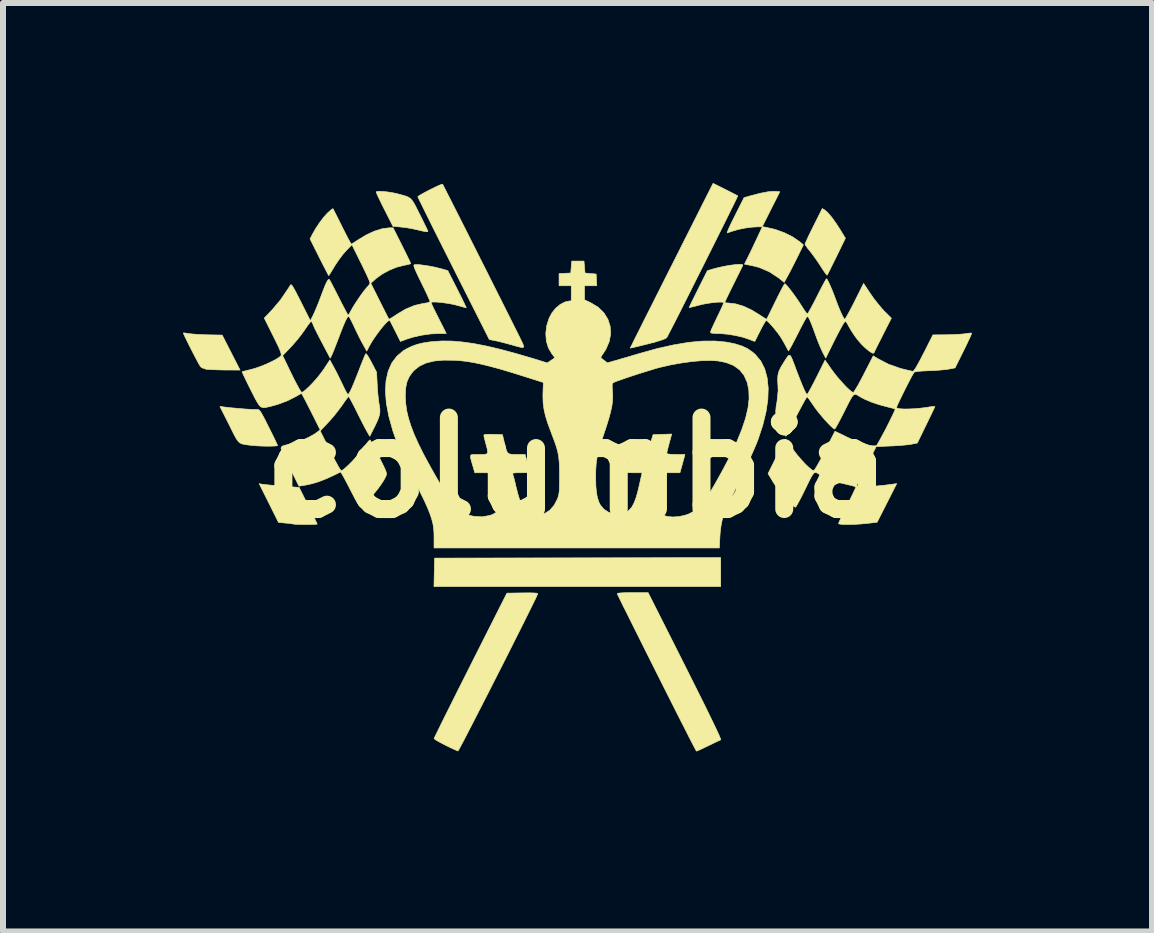
<source format=kicad_pcb>
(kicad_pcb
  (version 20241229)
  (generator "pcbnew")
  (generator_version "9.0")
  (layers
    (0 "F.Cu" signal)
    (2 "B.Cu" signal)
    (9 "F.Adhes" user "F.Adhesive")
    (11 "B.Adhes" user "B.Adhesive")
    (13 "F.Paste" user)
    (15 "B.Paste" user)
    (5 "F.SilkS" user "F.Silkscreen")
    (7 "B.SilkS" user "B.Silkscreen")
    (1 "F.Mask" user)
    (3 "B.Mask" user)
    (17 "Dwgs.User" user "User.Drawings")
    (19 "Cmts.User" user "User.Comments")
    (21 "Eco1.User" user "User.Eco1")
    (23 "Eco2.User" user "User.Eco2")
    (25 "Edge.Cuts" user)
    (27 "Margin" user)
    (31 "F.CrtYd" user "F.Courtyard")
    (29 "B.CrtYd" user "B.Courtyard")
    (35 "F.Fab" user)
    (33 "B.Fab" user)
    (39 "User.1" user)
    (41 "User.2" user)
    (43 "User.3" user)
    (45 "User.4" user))
  (footprint "columbia"
    (layer "F.Cu")
    (at 6.57 4.742)
    (property "Reference" "columbia" (at 0 0 0) (layer "F.SilkS") (effects (font (size 1.524 1.524) (thickness 0.3))))
    (attr through_hole)
    (fp_poly (pts (xy 2.388 1.981) (xy -2.389 1.981) (xy -2.384 1.744) (xy -2.379 1.507) (xy 0.004 1.503) (xy 2.388 1.499) (xy 2.388 1.981)) (stroke (width 0.01) (type solid)) (fill yes) (layer "F.SilkS"))
    (fp_poly (pts (xy 3.146 -4.004) (xy 3.3 -3.968) (xy 3.451 -3.913) (xy 3.589 -3.844) (xy 3.704 -3.764) (xy 3.708 -3.761) (xy 3.766 -3.712) (xy 3.672 -3.52) (xy 3.628 -3.432) (xy 3.582 -3.341) (xy 3.54 -3.26) (xy 3.512 -3.208) (xy 3.446 -3.088) (xy 3.353 -3.162) (xy 3.197 -3.264) (xy 3.029 -3.336) (xy 2.919 -3.364) (xy 2.784 -3.391) (xy 2.84 -3.503) (xy 2.87 -3.564) (xy 2.909 -3.644) (xy 2.951 -3.734) (xy 2.99 -3.815) (xy 3.083 -4.015) (xy 3.146 -4.004)) (stroke (width 0.01) (type solid)) (fill yes) (layer "F.SilkS"))
    (fp_poly (pts (xy 3.3 -4.603) (xy 3.373 -4.597) (xy 3.079 -4.013) (xy 3.003 -4.013) (xy 2.906 -4.007) (xy 2.793 -3.992) (xy 2.682 -3.969) (xy 2.595 -3.944) (xy 2.544 -3.927) (xy 2.507 -3.915) (xy 2.496 -3.912) (xy 2.499 -3.925) (xy 2.512 -3.961) (xy 2.522 -3.984) (xy 2.541 -4.025) (xy 2.571 -4.089) (xy 2.61 -4.167) (xy 2.652 -4.252) (xy 2.665 -4.277) (xy 2.777 -4.499) (xy 2.9 -4.534) (xy 3.052 -4.573) (xy 3.178 -4.597) (xy 3.277 -4.604) (xy 3.3 -4.603)) (stroke (width 0.01) (type solid)) (fill yes) (layer "F.SilkS"))
    (fp_poly (pts (xy -5.246 0.277) (xy -5.21 0.281) (xy -5.148 0.288) (xy -5.066 0.295) (xy -4.972 0.303) (xy -4.913 0.308) (xy -4.636 0.329) (xy -4.486 0.63) (xy -4.44 0.722) (xy -4.399 0.804) (xy -4.367 0.871) (xy -4.345 0.917) (xy -4.335 0.939) (xy -4.335 0.94) (xy -4.351 0.943) (xy -4.392 0.945) (xy -4.451 0.946) (xy -4.52 0.947) (xy -4.59 0.946) (xy -4.655 0.945) (xy -4.704 0.943) (xy -4.732 0.94) (xy -4.733 0.94) (xy -4.757 0.935) (xy -4.805 0.929) (xy -4.865 0.923) (xy -4.98 0.912) (xy -5.141 0.589) (xy -5.302 0.267) (xy -5.246 0.277)) (stroke (width 0.01) (type solid)) (fill yes) (layer "F.SilkS"))
    (fp_poly (pts (xy -6.548 -2.245) (xy -6.507 -2.239) (xy -6.469 -2.233) (xy -6.416 -2.227) (xy -6.339 -2.221) (xy -6.248 -2.216) (xy -6.153 -2.213) (xy -6.147 -2.213) (xy -5.918 -2.209) (xy -5.62 -1.626) (xy -5.879 -1.627) (xy -5.974 -1.629) (xy -6.062 -1.632) (xy -6.134 -1.636) (xy -6.183 -1.64) (xy -6.195 -1.643) (xy -6.242 -1.659) (xy -6.277 -1.68) (xy -6.277 -1.681) (xy -6.291 -1.702) (xy -6.316 -1.745) (xy -6.349 -1.807) (xy -6.387 -1.88) (xy -6.428 -1.959) (xy -6.468 -2.038) (xy -6.505 -2.112) (xy -6.535 -2.174) (xy -6.556 -2.22) (xy -6.565 -2.244) (xy -6.565 -2.245) (xy -6.548 -2.245)) (stroke (width 0.01) (type solid)) (fill yes) (layer "F.SilkS"))
    (fp_poly (pts (xy 4.123 -4.292) (xy 4.175 -4.246) (xy 4.239 -4.171) (xy 4.312 -4.069) (xy 4.376 -3.97) (xy 4.466 -3.823) (xy 4.318 -3.519) (xy 4.272 -3.426) (xy 4.231 -3.344) (xy 4.198 -3.277) (xy 4.174 -3.23) (xy 4.162 -3.208) (xy 4.161 -3.207) (xy 4.15 -3.218) (xy 4.124 -3.251) (xy 4.089 -3.302) (xy 4.055 -3.355) (xy 4.004 -3.433) (xy 3.948 -3.512) (xy 3.897 -3.581) (xy 3.875 -3.609) (xy 3.835 -3.658) (xy 3.806 -3.699) (xy 3.793 -3.723) (xy 3.793 -3.725) (xy 3.8 -3.745) (xy 3.821 -3.79) (xy 3.851 -3.856) (xy 3.89 -3.936) (xy 3.935 -4.027) (xy 3.937 -4.031) (xy 4.081 -4.318) (xy 4.123 -4.292)) (stroke (width 0.01) (type solid)) (fill yes) (layer "F.SilkS"))
    (fp_poly (pts (xy -3.235 -4.601) (xy -3.163 -4.594) (xy -3.086 -4.582) (xy -3.011 -4.567) (xy -2.971 -4.556) (xy -2.9 -4.537) (xy -2.846 -4.52) (xy -2.805 -4.501) (xy -2.772 -4.475) (xy -2.743 -4.439) (xy -2.711 -4.386) (xy -2.673 -4.313) (xy -2.625 -4.217) (xy -2.581 -4.13) (xy -2.544 -4.053) (xy -2.514 -3.992) (xy -2.495 -3.952) (xy -2.489 -3.937) (xy -2.5 -3.931) (xy -2.535 -3.933) (xy -2.597 -3.946) (xy -2.675 -3.965) (xy -2.76 -3.983) (xy -2.857 -4) (xy -2.938 -4.009) (xy -3.073 -4.022) (xy -3.213 -4.299) (xy -3.258 -4.388) (xy -3.296 -4.467) (xy -3.327 -4.531) (xy -3.346 -4.575) (xy -3.353 -4.594) (xy -3.337 -4.602) (xy -3.296 -4.604) (xy -3.235 -4.601)) (stroke (width 0.01) (type solid)) (fill yes) (layer "F.SilkS"))
    (fp_poly (pts (xy -5.878 -1.01) (xy -5.806 -1.001) (xy -5.72 -0.993) (xy -5.627 -0.985) (xy -5.536 -0.977) (xy -5.453 -0.972) (xy -5.387 -0.969) (xy -5.344 -0.968) (xy -5.336 -0.969) (xy -5.32 -0.969) (xy -5.305 -0.962) (xy -5.288 -0.945) (xy -5.267 -0.913) (xy -5.239 -0.864) (xy -5.201 -0.792) (xy -5.152 -0.694) (xy -5.144 -0.678) (xy -5.098 -0.586) (xy -5.058 -0.505) (xy -5.026 -0.438) (xy -5.004 -0.391) (xy -4.995 -0.37) (xy -4.995 -0.369) (xy -5.011 -0.363) (xy -5.053 -0.36) (xy -5.115 -0.358) (xy -5.189 -0.358) (xy -5.268 -0.36) (xy -5.345 -0.364) (xy -5.413 -0.369) (xy -5.436 -0.372) (xy -5.504 -0.38) (xy -5.556 -0.388) (xy -5.597 -0.399) (xy -5.629 -0.416) (xy -5.657 -0.445) (xy -5.687 -0.489) (xy -5.721 -0.552) (xy -5.764 -0.638) (xy -5.801 -0.713) (xy -5.956 -1.02) (xy -5.878 -1.01)) (stroke (width 0.01) (type solid)) (fill yes) (layer "F.SilkS"))
    (fp_poly (pts (xy 1.795 3.305) (xy 1.917 3.549) (xy 2.026 3.767) (xy 2.121 3.958) (xy 2.202 4.124) (xy 2.269 4.262) (xy 2.322 4.373) (xy 2.36 4.455) (xy 2.382 4.509) (xy 2.39 4.533) (xy 2.389 4.535) (xy 2.367 4.545) (xy 2.32 4.566) (xy 2.257 4.597) (xy 2.184 4.632) (xy 2.182 4.633) (xy 2.11 4.668) (xy 2.049 4.697) (xy 2.005 4.716) (xy 1.985 4.723) (xy 1.984 4.723) (xy 1.975 4.708) (xy 1.952 4.665) (xy 1.916 4.596) (xy 1.868 4.503) (xy 1.81 4.388) (xy 1.742 4.255) (xy 1.665 4.104) (xy 1.582 3.938) (xy 1.492 3.76) (xy 1.397 3.571) (xy 1.321 3.42) (xy 1.223 3.224) (xy 1.129 3.037) (xy 1.041 2.86) (xy 0.959 2.696) (xy 0.885 2.548) (xy 0.82 2.417) (xy 0.764 2.306) (xy 0.72 2.216) (xy 0.688 2.151) (xy 0.669 2.112) (xy 0.664 2.101) (xy 0.674 2.093) (xy 0.714 2.088) (xy 0.783 2.084) (xy 0.884 2.083) (xy 0.918 2.083) (xy 1.179 2.083) (xy 1.795 3.305)) (stroke (width 0.01) (type solid)) (fill yes) (layer "F.SilkS"))
    (fp_poly (pts (xy -0.724 2.088) (xy -0.676 2.092) (xy -0.66 2.1) (xy -0.66 2.1) (xy -0.668 2.119) (xy -0.689 2.166) (xy -0.723 2.236) (xy -0.769 2.329) (xy -0.824 2.441) (xy -0.888 2.57) (xy -0.959 2.712) (xy -1.037 2.866) (xy -1.118 3.028) (xy -1.203 3.197) (xy -1.29 3.368) (xy -1.378 3.541) (xy -1.464 3.711) (xy -1.549 3.877) (xy -1.63 4.035) (xy -1.706 4.183) (xy -1.776 4.319) (xy -1.838 4.439) (xy -1.891 4.542) (xy -1.935 4.624) (xy -1.966 4.682) (xy -1.985 4.715) (xy -1.99 4.721) (xy -2.011 4.713) (xy -2.055 4.693) (xy -2.118 4.664) (xy -2.191 4.628) (xy -2.197 4.625) (xy -2.269 4.588) (xy -2.329 4.555) (xy -2.37 4.53) (xy -2.387 4.514) (xy -2.387 4.514) (xy -2.38 4.496) (xy -2.358 4.451) (xy -2.323 4.38) (xy -2.277 4.285) (xy -2.22 4.17) (xy -2.153 4.036) (xy -2.078 3.886) (xy -1.996 3.721) (xy -1.907 3.545) (xy -1.814 3.36) (xy -1.781 3.294) (xy -1.174 2.091) (xy -0.917 2.087) (xy -0.804 2.086) (xy -0.724 2.088)) (stroke (width 0.01) (type solid)) (fill yes) (layer "F.SilkS"))
    (fp_poly (pts (xy 2.464 -4.636) (xy 2.539 -4.598) (xy 2.602 -4.566) (xy 2.648 -4.542) (xy 2.671 -4.53) (xy 2.672 -4.529) (xy 2.666 -4.514) (xy 2.646 -4.471) (xy 2.613 -4.403) (xy 2.569 -4.314) (xy 2.516 -4.206) (xy 2.454 -4.081) (xy 2.385 -3.943) (xy 2.311 -3.794) (xy 2.233 -3.638) (xy 2.152 -3.476) (xy 2.07 -3.312) (xy 1.988 -3.149) (xy 1.908 -2.989) (xy 1.831 -2.836) (xy 1.758 -2.691) (xy 1.691 -2.558) (xy 1.631 -2.44) (xy 1.579 -2.339) (xy 1.538 -2.259) (xy 1.508 -2.201) (xy 1.49 -2.169) (xy 1.487 -2.164) (xy 1.46 -2.148) (xy 1.402 -2.126) (xy 1.315 -2.099) (xy 1.199 -2.068) (xy 1.173 -2.061) (xy 1.079 -2.038) (xy 0.998 -2.018) (xy 0.934 -2.003) (xy 0.893 -1.994) (xy 0.881 -1.992) (xy 0.888 -2.008) (xy 0.91 -2.051) (xy 0.944 -2.121) (xy 0.991 -2.214) (xy 1.049 -2.329) (xy 1.116 -2.464) (xy 1.193 -2.616) (xy 1.277 -2.783) (xy 1.368 -2.964) (xy 1.464 -3.155) (xy 1.565 -3.356) (xy 1.571 -3.367) (xy 2.261 -4.737) (xy 2.464 -4.636)) (stroke (width 0.01) (type solid)) (fill yes) (layer "F.SilkS"))
    (fp_poly (pts (xy -2.237 -4.707) (xy -2.214 -4.662) (xy -2.179 -4.593) (xy -2.132 -4.501) (xy -2.076 -4.39) (xy -2.011 -4.262) (xy -1.939 -4.119) (xy -1.861 -3.965) (xy -1.779 -3.802) (xy -1.694 -3.633) (xy -1.607 -3.46) (xy -1.519 -3.286) (xy -1.433 -3.114) (xy -1.349 -2.947) (xy -1.268 -2.786) (xy -1.193 -2.636) (xy -1.123 -2.497) (xy -1.062 -2.374) (xy -1.009 -2.269) (xy -0.967 -2.184) (xy -0.937 -2.122) (xy -0.919 -2.085) (xy -0.916 -2.079) (xy -0.901 -2.042) (xy -0.894 -2.017) (xy -0.9 -2.004) (xy -0.924 -2.002) (xy -0.969 -2.011) (xy -1.04 -2.03) (xy -1.109 -2.05) (xy -1.193 -2.073) (xy -1.276 -2.094) (xy -1.346 -2.111) (xy -1.373 -2.116) (xy -1.467 -2.135) (xy -2.063 -3.317) (xy -2.157 -3.504) (xy -2.246 -3.681) (xy -2.33 -3.848) (xy -2.407 -4.002) (xy -2.475 -4.14) (xy -2.535 -4.26) (xy -2.584 -4.36) (xy -2.622 -4.437) (xy -2.647 -4.489) (xy -2.658 -4.513) (xy -2.659 -4.515) (xy -2.644 -4.527) (xy -2.607 -4.55) (xy -2.552 -4.581) (xy -2.487 -4.615) (xy -2.419 -4.649) (xy -2.354 -4.681) (xy -2.299 -4.706) (xy -2.261 -4.721) (xy -2.247 -4.724) (xy -2.237 -4.707)) (stroke (width 0.01) (type solid)) (fill yes) (layer "F.SilkS"))
    (fp_poly (pts (xy 2.731 -3.387) (xy 2.756 -3.38) (xy 2.757 -3.373) (xy 2.748 -3.354) (xy 2.727 -3.31) (xy 2.695 -3.245) (xy 2.655 -3.165) (xy 2.61 -3.073) (xy 2.604 -3.061) (xy 2.558 -2.969) (xy 2.518 -2.887) (xy 2.486 -2.821) (xy 2.465 -2.775) (xy 2.455 -2.754) (xy 2.455 -2.753) (xy 2.47 -2.747) (xy 2.508 -2.743) (xy 2.52 -2.743) (xy 2.637 -2.729) (xy 2.768 -2.69) (xy 2.905 -2.626) (xy 3.045 -2.54) (xy 3.052 -2.535) (xy 3.101 -2.503) (xy 3.137 -2.481) (xy 3.154 -2.474) (xy 3.155 -2.474) (xy 3.163 -2.491) (xy 3.184 -2.533) (xy 3.215 -2.596) (xy 3.254 -2.675) (xy 3.298 -2.766) (xy 3.302 -2.773) (xy 3.347 -2.864) (xy 3.387 -2.943) (xy 3.42 -3.006) (xy 3.444 -3.048) (xy 3.456 -3.065) (xy 3.457 -3.065) (xy 3.474 -3.052) (xy 3.506 -3.016) (xy 3.549 -2.963) (xy 3.597 -2.899) (xy 3.647 -2.829) (xy 3.695 -2.759) (xy 3.736 -2.695) (xy 3.74 -2.689) (xy 3.776 -2.632) (xy 3.807 -2.588) (xy 3.828 -2.565) (xy 3.834 -2.563) (xy 3.846 -2.579) (xy 3.87 -2.62) (xy 3.904 -2.682) (xy 3.946 -2.761) (xy 3.992 -2.851) (xy 3.995 -2.857) (xy 4.04 -2.947) (xy 4.081 -3.026) (xy 4.115 -3.089) (xy 4.139 -3.131) (xy 4.15 -3.148) (xy 4.151 -3.148) (xy 4.163 -3.134) (xy 4.185 -3.093) (xy 4.214 -3.03) (xy 4.248 -2.95) (xy 4.284 -2.857) (xy 4.301 -2.811) (xy 4.342 -2.703) (xy 4.379 -2.612) (xy 4.412 -2.54) (xy 4.437 -2.493) (xy 4.454 -2.473) (xy 4.456 -2.472) (xy 4.467 -2.487) (xy 4.491 -2.527) (xy 4.525 -2.588) (xy 4.567 -2.667) (xy 4.613 -2.757) (xy 4.62 -2.771) (xy 4.769 -3.069) (xy 4.884 -2.897) (xy 4.942 -2.814) (xy 5.01 -2.728) (xy 5.075 -2.65) (xy 5.115 -2.607) (xy 5.232 -2.491) (xy 5.09 -2.212) (xy 5.045 -2.122) (xy 5.004 -2.042) (xy 4.972 -1.976) (xy 4.95 -1.931) (xy 4.941 -1.911) (xy 4.925 -1.906) (xy 4.891 -1.922) (xy 4.845 -1.955) (xy 4.792 -2) (xy 4.736 -2.055) (xy 4.684 -2.114) (xy 4.668 -2.133) (xy 4.618 -2.2) (xy 4.57 -2.273) (xy 4.532 -2.337) (xy 4.529 -2.342) (xy 4.502 -2.392) (xy 4.479 -2.427) (xy 4.468 -2.438) (xy 4.453 -2.428) (xy 4.43 -2.395) (xy 4.397 -2.338) (xy 4.352 -2.254) (xy 4.295 -2.143) (xy 4.26 -2.073) (xy 4.138 -1.826) (xy 4.086 -1.925) (xy 4.06 -1.981) (xy 4.027 -2.058) (xy 3.992 -2.147) (xy 3.963 -2.227) (xy 3.923 -2.336) (xy 3.892 -2.416) (xy 3.868 -2.471) (xy 3.85 -2.503) (xy 3.835 -2.515) (xy 3.826 -2.514) (xy 3.813 -2.496) (xy 3.788 -2.453) (xy 3.754 -2.39) (xy 3.714 -2.314) (xy 3.689 -2.264) (xy 3.646 -2.179) (xy 3.606 -2.102) (xy 3.573 -2.039) (xy 3.55 -1.997) (xy 3.543 -1.985) (xy 3.517 -1.945) (xy 3.464 -2.044) (xy 3.429 -2.107) (xy 3.393 -2.167) (xy 3.37 -2.202) (xy 3.333 -2.252) (xy 3.288 -2.308) (xy 3.242 -2.363) (xy 3.199 -2.41) (xy 3.166 -2.443) (xy 3.148 -2.455) (xy 3.148 -2.455) (xy 3.135 -2.441) (xy 3.111 -2.402) (xy 3.079 -2.345) (xy 3.046 -2.282) (xy 3.012 -2.213) (xy 2.983 -2.156) (xy 2.964 -2.118) (xy 2.956 -2.105) (xy 2.94 -2.108) (xy 2.902 -2.122) (xy 2.852 -2.142) (xy 2.752 -2.175) (xy 2.633 -2.202) (xy 2.505 -2.223) (xy 2.384 -2.234) (xy 2.335 -2.235) (xy 2.269 -2.237) (xy 2.232 -2.243) (xy 2.219 -2.255) (xy 2.218 -2.258) (xy 2.225 -2.281) (xy 2.245 -2.328) (xy 2.275 -2.393) (xy 2.312 -2.471) (xy 2.328 -2.505) (xy 2.367 -2.585) (xy 2.4 -2.655) (xy 2.424 -2.709) (xy 2.437 -2.741) (xy 2.438 -2.747) (xy 2.423 -2.756) (xy 2.381 -2.759) (xy 2.319 -2.756) (xy 2.243 -2.748) (xy 2.161 -2.736) (xy 2.078 -2.72) (xy 2.011 -2.703) (xy 1.946 -2.686) (xy 1.895 -2.674) (xy 1.867 -2.668) (xy 1.863 -2.669) (xy 1.87 -2.685) (xy 1.89 -2.728) (xy 1.921 -2.791) (xy 1.96 -2.87) (xy 2.005 -2.961) (xy 2.014 -2.979) (xy 2.166 -3.282) (xy 2.263 -3.311) (xy 2.352 -3.334) (xy 2.443 -3.354) (xy 2.533 -3.37) (xy 2.614 -3.381) (xy 2.682 -3.387) (xy 2.731 -3.387)) (stroke (width 0.01) (type solid)) (fill yes) (layer "F.SilkS"))
    (fp_poly (pts (xy 6.569 -2.241) (xy 6.565 -2.225) (xy 6.547 -2.182) (xy 6.518 -2.12) (xy 6.481 -2.041) (xy 6.437 -1.952) (xy 6.435 -1.948) (xy 6.293 -1.662) (xy 6.182 -1.641) (xy 6.12 -1.633) (xy 6.036 -1.625) (xy 5.941 -1.618) (xy 5.852 -1.615) (xy 5.768 -1.611) (xy 5.696 -1.606) (xy 5.642 -1.599) (xy 5.614 -1.592) (xy 5.613 -1.591) (xy 5.6 -1.572) (xy 5.575 -1.528) (xy 5.541 -1.465) (xy 5.503 -1.39) (xy 5.461 -1.308) (xy 5.42 -1.225) (xy 5.382 -1.147) (xy 5.35 -1.08) (xy 5.328 -1.031) (xy 5.317 -1.004) (xy 5.317 -1.002) (xy 5.333 -0.989) (xy 5.377 -0.981) (xy 5.443 -0.977) (xy 5.525 -0.978) (xy 5.619 -0.982) (xy 5.718 -0.991) (xy 5.817 -1.003) (xy 5.886 -1.015) (xy 5.93 -1.02) (xy 5.955 -1.019) (xy 5.957 -1.015) (xy 5.948 -0.997) (xy 5.927 -0.952) (xy 5.896 -0.887) (xy 5.857 -0.807) (xy 5.813 -0.715) (xy 5.808 -0.706) (xy 5.664 -0.41) (xy 5.563 -0.39) (xy 5.507 -0.382) (xy 5.428 -0.374) (xy 5.334 -0.367) (xy 5.237 -0.361) (xy 5.22 -0.361) (xy 4.979 -0.351) (xy 4.818 -0.033) (xy 4.77 0.062) (xy 4.728 0.146) (xy 4.693 0.216) (xy 4.669 0.266) (xy 4.657 0.291) (xy 4.657 0.294) (xy 4.673 0.306) (xy 4.718 0.314) (xy 4.789 0.316) (xy 4.882 0.313) (xy 4.993 0.305) (xy 5.117 0.293) (xy 5.247 0.276) (xy 5.321 0.266) (xy 4.994 0.91) (xy 4.825 0.929) (xy 4.729 0.938) (xy 4.633 0.944) (xy 4.543 0.947) (xy 4.463 0.947) (xy 4.401 0.944) (xy 4.362 0.938) (xy 4.352 0.931) (xy 4.359 0.911) (xy 4.379 0.866) (xy 4.41 0.801) (xy 4.449 0.721) (xy 4.494 0.63) (xy 4.496 0.627) (xy 4.541 0.536) (xy 4.58 0.456) (xy 4.611 0.39) (xy 4.632 0.345) (xy 4.64 0.326) (xy 4.64 0.325) (xy 4.625 0.315) (xy 4.585 0.302) (xy 4.534 0.29) (xy 4.43 0.265) (xy 4.32 0.232) (xy 4.213 0.195) (xy 4.118 0.156) (xy 4.046 0.12) (xy 4.039 0.116) (xy 4.008 0.097) (xy 3.984 0.084) (xy 3.963 0.081) (xy 3.943 0.09) (xy 3.922 0.115) (xy 3.895 0.159) (xy 3.861 0.225) (xy 3.817 0.316) (xy 3.779 0.393) (xy 3.736 0.48) (xy 3.697 0.554) (xy 3.665 0.613) (xy 3.643 0.649) (xy 3.633 0.66) (xy 3.611 0.648) (xy 3.572 0.614) (xy 3.522 0.563) (xy 3.465 0.501) (xy 3.406 0.433) (xy 3.35 0.364) (xy 3.301 0.298) (xy 3.263 0.243) (xy 3.261 0.238) (xy 3.177 0.099) (xy 3.32 -0.189) (xy 3.464 -0.476) (xy 3.599 -0.295) (xy 3.665 -0.21) (xy 3.733 -0.131) (xy 3.798 -0.06) (xy 3.857 -0.004) (xy 3.904 0.035) (xy 3.936 0.051) (xy 3.939 0.051) (xy 3.952 0.036) (xy 3.978 -0.004) (xy 4.014 -0.066) (xy 4.057 -0.145) (xy 4.105 -0.238) (xy 4.124 -0.275) (xy 4.172 -0.371) (xy 4.216 -0.456) (xy 4.251 -0.526) (xy 4.277 -0.576) (xy 4.29 -0.602) (xy 4.291 -0.605) (xy 4.307 -0.599) (xy 4.346 -0.581) (xy 4.404 -0.553) (xy 4.475 -0.518) (xy 4.48 -0.515) (xy 4.578 -0.469) (xy 4.677 -0.43) (xy 4.772 -0.398) (xy 4.856 -0.375) (xy 4.924 -0.363) (xy 4.97 -0.364) (xy 4.984 -0.37) (xy 4.999 -0.39) (xy 5.025 -0.435) (xy 5.059 -0.497) (xy 5.099 -0.571) (xy 5.142 -0.652) (xy 5.184 -0.735) (xy 5.223 -0.814) (xy 5.256 -0.882) (xy 5.281 -0.936) (xy 5.294 -0.969) (xy 5.295 -0.976) (xy 5.275 -0.984) (xy 5.232 -0.996) (xy 5.179 -1.009) (xy 5.032 -1.048) (xy 4.895 -1.094) (xy 4.777 -1.145) (xy 4.714 -1.179) (xy 4.678 -1.201) (xy 4.651 -1.216) (xy 4.628 -1.222) (xy 4.607 -1.215) (xy 4.584 -1.192) (xy 4.558 -1.15) (xy 4.524 -1.087) (xy 4.48 -1) (xy 4.435 -0.91) (xy 4.391 -0.824) (xy 4.351 -0.749) (xy 4.319 -0.691) (xy 4.296 -0.654) (xy 4.287 -0.643) (xy 4.264 -0.656) (xy 4.225 -0.69) (xy 4.175 -0.741) (xy 4.118 -0.803) (xy 4.06 -0.871) (xy 4.004 -0.939) (xy 3.956 -1.004) (xy 3.942 -1.024) (xy 3.899 -1.087) (xy 3.863 -1.138) (xy 3.838 -1.171) (xy 3.829 -1.181) (xy 3.818 -1.168) (xy 3.794 -1.129) (xy 3.76 -1.068) (xy 3.718 -0.99) (xy 3.669 -0.898) (xy 3.646 -0.853) (xy 3.475 -0.521) (xy 3.411 -0.635) (xy 3.361 -0.73) (xy 3.327 -0.806) (xy 3.309 -0.873) (xy 3.305 -0.941) (xy 3.312 -1.021) (xy 3.327 -1.104) (xy 3.345 -1.285) (xy 3.342 -1.368) (xy 3.337 -1.464) (xy 3.341 -1.539) (xy 3.358 -1.605) (xy 3.39 -1.673) (xy 3.441 -1.756) (xy 3.444 -1.762) (xy 3.479 -1.816) (xy 3.505 -1.854) (xy 3.525 -1.872) (xy 3.543 -1.871) (xy 3.562 -1.846) (xy 3.584 -1.796) (xy 3.614 -1.718) (xy 3.648 -1.626) (xy 3.702 -1.486) (xy 3.747 -1.374) (xy 3.783 -1.292) (xy 3.81 -1.24) (xy 3.826 -1.22) (xy 3.828 -1.219) (xy 3.839 -1.234) (xy 3.863 -1.274) (xy 3.896 -1.335) (xy 3.937 -1.412) (xy 3.982 -1.502) (xy 3.984 -1.505) (xy 4.127 -1.791) (xy 4.235 -1.636) (xy 4.288 -1.565) (xy 4.348 -1.491) (xy 4.411 -1.42) (xy 4.471 -1.355) (xy 4.525 -1.303) (xy 4.568 -1.267) (xy 4.595 -1.253) (xy 4.596 -1.253) (xy 4.61 -1.267) (xy 4.636 -1.308) (xy 4.673 -1.369) (xy 4.716 -1.448) (xy 4.764 -1.538) (xy 4.774 -1.558) (xy 4.93 -1.863) (xy 5.001 -1.819) (xy 5.183 -1.724) (xy 5.381 -1.654) (xy 5.44 -1.639) (xy 5.593 -1.603) (xy 5.624 -1.641) (xy 5.642 -1.669) (xy 5.671 -1.721) (xy 5.71 -1.791) (xy 5.753 -1.875) (xy 5.79 -1.946) (xy 5.924 -2.212) (xy 6.15 -2.214) (xy 6.244 -2.216) (xy 6.335 -2.221) (xy 6.413 -2.226) (xy 6.467 -2.232) (xy 6.469 -2.233) (xy 6.521 -2.24) (xy 6.558 -2.243) (xy 6.569 -2.241)) (stroke (width 0.01) (type solid)) (fill yes) (layer "F.SilkS"))
    (fp_poly (pts (xy 0.119 -3.342) (xy 0.127 -3.243) (xy 0.22 -3.234) (xy 0.313 -3.226) (xy 0.318 -3.128) (xy 0.323 -3.031) (xy 0.119 -3.031) (xy 0.119 -2.797) (xy 0.224 -2.747) (xy 0.346 -2.673) (xy 0.441 -2.581) (xy 0.508 -2.474) (xy 0.546 -2.357) (xy 0.555 -2.232) (xy 0.532 -2.104) (xy 0.478 -1.977) (xy 0.449 -1.93) (xy 0.418 -1.884) (xy 0.397 -1.85) (xy 0.389 -1.836) (xy 0.402 -1.824) (xy 0.432 -1.798) (xy 0.445 -1.788) (xy 0.5 -1.746) (xy 0.61 -1.778) (xy 0.662 -1.792) (xy 0.738 -1.815) (xy 0.833 -1.842) (xy 0.937 -1.873) (xy 1.035 -1.902) (xy 1.333 -1.985) (xy 1.607 -2.046) (xy 1.856 -2.088) (xy 2.085 -2.109) (xy 2.293 -2.11) (xy 2.484 -2.092) (xy 2.619 -2.065) (xy 2.739 -2.028) (xy 2.836 -1.983) (xy 2.923 -1.922) (xy 2.966 -1.884) (xy 3.055 -1.778) (xy 3.121 -1.648) (xy 3.162 -1.498) (xy 3.18 -1.327) (xy 3.174 -1.138) (xy 3.144 -0.932) (xy 3.09 -0.71) (xy 3.012 -0.474) (xy 2.987 -0.409) (xy 2.959 -0.342) (xy 2.919 -0.25) (xy 2.869 -0.14) (xy 2.813 -0.018) (xy 2.753 0.11) (xy 2.691 0.238) (xy 2.684 0.254) (xy 2.625 0.377) (xy 2.569 0.495) (xy 2.519 0.605) (xy 2.477 0.7) (xy 2.444 0.777) (xy 2.424 0.829) (xy 2.421 0.838) (xy 2.398 0.94) (xy 2.381 1.064) (xy 2.375 1.147) (xy 2.366 1.338) (xy -2.388 1.338) (xy -2.388 1.171) (xy -2.389 1.086) (xy -2.395 1.008) (xy -2.407 0.933) (xy -2.427 0.855) (xy -2.456 0.769) (xy -2.495 0.672) (xy -2.546 0.558) (xy -2.612 0.422) (xy -2.665 0.313) (xy -2.758 0.126) (xy -2.836 -0.037) (xy -2.901 -0.178) (xy -2.956 -0.301) (xy -3.002 -0.413) (xy -3.04 -0.515) (xy -3.074 -0.613) (xy -3.078 -0.627) (xy -3.143 -0.861) (xy -3.183 -1.076) (xy -3.193 -1.204) (xy -2.867 -1.204) (xy -2.867 -1.185) (xy -2.86 -1.07) (xy -2.844 -0.951) (xy -2.815 -0.827) (xy -2.773 -0.695) (xy -2.718 -0.551) (xy -2.647 -0.394) (xy -2.56 -0.219) (xy -2.455 -0.025) (xy -2.332 0.192) (xy -2.256 0.321) (xy -2.169 0.461) (xy -2.09 0.573) (xy -2.015 0.659) (xy -1.941 0.724) (xy -1.864 0.769) (xy -1.78 0.799) (xy -1.724 0.811) (xy -1.588 0.819) (xy -1.461 0.797) (xy -1.411 0.779) (xy -1.346 0.741) (xy -1.302 0.693) (xy -1.279 0.63) (xy -1.277 0.549) (xy -1.295 0.447) (xy -1.329 0.325) (xy -1.355 0.247) (xy -1.376 0.18) (xy -1.392 0.13) (xy -1.399 0.106) (xy -1.399 0.106) (xy -1.415 0.095) (xy -1.457 0.088) (xy -1.528 0.085) (xy -1.557 0.085) (xy -1.709 0.085) (xy -1.742 -0.03) (xy -1.766 -0.112) (xy -1.78 -0.166) (xy -1.781 -0.199) (xy -1.766 -0.215) (xy -1.732 -0.22) (xy -1.677 -0.22) (xy -1.641 -0.22) (xy -1.567 -0.22) (xy -1.521 -0.225) (xy -1.498 -0.239) (xy -1.493 -0.27) (xy -1.504 -0.322) (xy -1.524 -0.394) (xy -1.54 -0.456) (xy -1.553 -0.507) (xy -1.558 -0.536) (xy -1.558 -0.538) (xy -1.55 -0.549) (xy -1.522 -0.555) (xy -1.469 -0.556) (xy -1.403 -0.555) (xy -1.248 -0.55) (xy -1.217 -0.418) (xy -1.197 -0.335) (xy -1.179 -0.279) (xy -1.159 -0.245) (xy -1.13 -0.228) (xy -1.086 -0.221) (xy -1.023 -0.22) (xy -1.01 -0.22) (xy -0.87 -0.22) (xy -0.833 -0.078) (xy -0.816 -0.013) (xy -0.803 0.039) (xy -0.797 0.07) (xy -0.796 0.074) (xy -0.812 0.079) (xy -0.853 0.083) (xy -0.913 0.084) (xy -0.942 0.085) (xy -1.012 0.085) (xy -1.054 0.088) (xy -1.074 0.094) (xy -1.078 0.105) (xy -1.075 0.114) (xy -1.066 0.143) (xy -1.051 0.196) (xy -1.034 0.264) (xy -1.025 0.306) (xy -0.99 0.443) (xy -0.957 0.55) (xy -0.922 0.632) (xy -0.883 0.692) (xy -0.837 0.734) (xy -0.782 0.763) (xy -0.731 0.778) (xy -0.633 0.786) (xy -0.541 0.762) (xy -0.457 0.708) (xy -0.387 0.626) (xy -0.335 0.528) (xy -0.321 0.49) (xy -0.311 0.453) (xy -0.304 0.412) (xy -0.3 0.359) (xy -0.298 0.287) (xy -0.297 0.192) (xy -0.297 0.164) (xy 0.305 0.164) (xy 0.308 0.303) (xy 0.318 0.414) (xy 0.335 0.504) (xy 0.361 0.579) (xy 0.383 0.622) (xy 0.442 0.693) (xy 0.521 0.743) (xy 0.613 0.77) (xy 0.708 0.773) (xy 0.799 0.749) (xy 0.813 0.742) (xy 0.863 0.707) (xy 0.907 0.658) (xy 0.944 0.589) (xy 0.979 0.497) (xy 1.012 0.377) (xy 1.03 0.301) (xy 1.078 0.085) (xy 0.937 0.085) (xy 0.873 0.084) (xy 0.824 0.082) (xy 0.798 0.08) (xy 0.796 0.079) (xy 0.8 0.06) (xy 0.812 0.024) (xy 0.812 0.024) (xy 0.825 -0.02) (xy 0.843 -0.081) (xy 0.854 -0.123) (xy 0.881 -0.22) (xy 1.167 -0.22) (xy 1.194 -0.318) (xy 1.213 -0.385) (xy 1.232 -0.451) (xy 1.241 -0.483) (xy 1.262 -0.55) (xy 1.417 -0.555) (xy 1.572 -0.56) (xy 1.531 -0.411) (xy 1.513 -0.343) (xy 1.499 -0.286) (xy 1.491 -0.249) (xy 1.49 -0.241) (xy 1.501 -0.23) (xy 1.536 -0.224) (xy 1.598 -0.221) (xy 1.641 -0.22) (xy 1.792 -0.22) (xy 1.776 -0.157) (xy 1.761 -0.102) (xy 1.743 -0.035) (xy 1.734 -0.004) (xy 1.709 0.085) (xy 1.396 0.085) (xy 1.35 0.267) (xy 1.322 0.377) (xy 1.304 0.462) (xy 1.294 0.525) (xy 1.291 0.575) (xy 1.296 0.616) (xy 1.307 0.656) (xy 1.312 0.669) (xy 1.348 0.734) (xy 1.404 0.779) (xy 1.485 0.81) (xy 1.507 0.815) (xy 1.593 0.822) (xy 1.693 0.815) (xy 1.792 0.794) (xy 1.857 0.771) (xy 1.917 0.74) (xy 1.973 0.702) (xy 2.027 0.655) (xy 2.082 0.594) (xy 2.14 0.517) (xy 2.203 0.422) (xy 2.275 0.303) (xy 2.356 0.159) (xy 2.416 0.051) (xy 2.548 -0.2) (xy 2.656 -0.429) (xy 2.74 -0.636) (xy 2.803 -0.824) (xy 2.843 -0.994) (xy 2.861 -1.147) (xy 2.857 -1.286) (xy 2.833 -1.41) (xy 2.83 -1.42) (xy 2.778 -1.537) (xy 2.702 -1.631) (xy 2.602 -1.703) (xy 2.476 -1.752) (xy 2.345 -1.778) (xy 2.224 -1.786) (xy 2.078 -1.783) (xy 1.914 -1.769) (xy 1.739 -1.745) (xy 1.559 -1.713) (xy 1.38 -1.672) (xy 1.363 -1.668) (xy 1.298 -1.65) (xy 1.214 -1.624) (xy 1.117 -1.594) (xy 1.014 -1.562) (xy 0.91 -1.528) (xy 0.812 -1.495) (xy 0.726 -1.465) (xy 0.657 -1.441) (xy 0.613 -1.423) (xy 0.604 -1.419) (xy 0.589 -1.407) (xy 0.581 -1.387) (xy 0.58 -1.349) (xy 0.583 -1.288) (xy 0.585 -1.273) (xy 0.589 -1.192) (xy 0.586 -1.111) (xy 0.575 -1.025) (xy 0.554 -0.929) (xy 0.524 -0.817) (xy 0.482 -0.683) (xy 0.449 -0.584) (xy 0.403 -0.445) (xy 0.368 -0.331) (xy 0.342 -0.233) (xy 0.324 -0.145) (xy 0.313 -0.059) (xy 0.307 0.031) (xy 0.305 0.135) (xy 0.305 0.164) (xy -0.297 0.164) (xy -0.297 0.135) (xy -0.298 0.012) (xy -0.302 -0.089) (xy -0.311 -0.176) (xy -0.325 -0.256) (xy -0.347 -0.339) (xy -0.379 -0.433) (xy -0.422 -0.547) (xy -0.439 -0.593) (xy -0.493 -0.739) (xy -0.532 -0.864) (xy -0.557 -0.977) (xy -0.571 -1.085) (xy -0.574 -1.196) (xy -0.573 -1.244) (xy -0.567 -1.419) (xy -0.863 -1.513) (xy -1.083 -1.582) (xy -1.276 -1.64) (xy -1.445 -1.686) (xy -1.595 -1.723) (xy -1.729 -1.751) (xy -1.851 -1.771) (xy -1.965 -1.784) (xy -2.049 -1.789) (xy -2.231 -1.791) (xy -2.386 -1.777) (xy -2.516 -1.745) (xy -2.624 -1.696) (xy -2.713 -1.628) (xy -2.742 -1.598) (xy -2.8 -1.518) (xy -2.839 -1.431) (xy -2.86 -1.329) (xy -2.867 -1.204) (xy -3.193 -1.204) (xy -3.198 -1.273) (xy -3.188 -1.45) (xy -3.152 -1.607) (xy -3.093 -1.743) (xy -3.008 -1.856) (xy -2.899 -1.948) (xy -2.847 -1.979) (xy -2.759 -2.022) (xy -2.674 -2.053) (xy -2.581 -2.076) (xy -2.47 -2.094) (xy -2.405 -2.101) (xy -2.253 -2.111) (xy -2.091 -2.109) (xy -1.916 -2.094) (xy -1.724 -2.067) (xy -1.513 -2.026) (xy -1.281 -1.971) (xy -1.024 -1.902) (xy -0.74 -1.819) (xy -0.695 -1.805) (xy -0.501 -1.745) (xy -0.374 -1.832) (xy -0.423 -1.894) (xy -0.482 -1.994) (xy -0.517 -2.109) (xy -0.526 -2.235) (xy -0.511 -2.364) (xy -0.471 -2.49) (xy -0.425 -2.577) (xy -0.363 -2.655) (xy -0.288 -2.718) (xy -0.21 -2.759) (xy -0.166 -2.771) (xy -0.102 -2.781) (xy -0.102 -3.031) (xy -0.305 -3.031) (xy -0.305 -3.233) (xy -0.207 -3.238) (xy -0.11 -3.243) (xy -0.102 -3.342) (xy -0.093 -3.442) (xy 0.11 -3.442) (xy 0.119 -3.342)) (stroke (width 0.01) (type solid)) (fill yes) (layer "F.SilkS"))
    (fp_poly (pts (xy -4.063 -4.299) (xy -4.042 -4.257) (xy -4.01 -4.194) (xy -3.97 -4.115) (xy -3.925 -4.025) (xy -3.922 -4.017) (xy -3.876 -3.927) (xy -3.836 -3.848) (xy -3.802 -3.785) (xy -3.779 -3.742) (xy -3.767 -3.725) (xy -3.767 -3.725) (xy -3.749 -3.734) (xy -3.712 -3.757) (xy -3.662 -3.79) (xy -3.661 -3.791) (xy -3.519 -3.877) (xy -3.381 -3.941) (xy -3.252 -3.981) (xy -3.136 -3.996) (xy -3.132 -3.996) (xy -3.07 -3.996) (xy -2.923 -3.704) (xy -2.878 -3.613) (xy -2.838 -3.532) (xy -2.806 -3.467) (xy -2.785 -3.422) (xy -2.777 -3.401) (xy -2.777 -3.401) (xy -2.792 -3.393) (xy -2.833 -3.382) (xy -2.89 -3.371) (xy -2.897 -3.369) (xy -3.011 -3.34) (xy -3.133 -3.29) (xy -3.25 -3.227) (xy -3.348 -3.157) (xy -3.362 -3.144) (xy -3.442 -3.073) (xy -3.294 -2.777) (xy -3.248 -2.685) (xy -3.207 -2.604) (xy -3.174 -2.539) (xy -3.151 -2.494) (xy -3.14 -2.475) (xy -3.14 -2.474) (xy -3.124 -2.48) (xy -3.087 -2.502) (xy -3.036 -2.535) (xy -3.007 -2.555) (xy -2.862 -2.641) (xy -2.715 -2.702) (xy -2.574 -2.735) (xy -2.555 -2.738) (xy -2.494 -2.748) (xy -2.46 -2.761) (xy -2.455 -2.769) (xy -2.463 -2.791) (xy -2.483 -2.837) (xy -2.513 -2.903) (xy -2.552 -2.985) (xy -2.597 -3.076) (xy -2.599 -3.081) (xy -2.65 -3.184) (xy -2.686 -3.262) (xy -2.71 -3.316) (xy -2.722 -3.352) (xy -2.724 -3.372) (xy -2.717 -3.381) (xy -2.683 -3.384) (xy -2.625 -3.381) (xy -2.549 -3.371) (xy -2.464 -3.358) (xy -2.377 -3.341) (xy -2.296 -3.321) (xy -2.286 -3.319) (xy -2.159 -3.283) (xy -2.003 -2.976) (xy -1.956 -2.883) (xy -1.915 -2.801) (xy -1.883 -2.734) (xy -1.861 -2.688) (xy -1.851 -2.666) (xy -1.851 -2.665) (xy -1.867 -2.668) (xy -1.909 -2.678) (xy -1.968 -2.695) (xy -1.998 -2.703) (xy -2.064 -2.72) (xy -2.14 -2.734) (xy -2.22 -2.746) (xy -2.296 -2.755) (xy -2.362 -2.76) (xy -2.411 -2.76) (xy -2.437 -2.755) (xy -2.438 -2.752) (xy -2.431 -2.733) (xy -2.411 -2.689) (xy -2.381 -2.626) (xy -2.342 -2.549) (xy -2.311 -2.487) (xy -2.184 -2.235) (xy -2.309 -2.235) (xy -2.445 -2.228) (xy -2.593 -2.207) (xy -2.736 -2.175) (xy -2.836 -2.144) (xy -2.948 -2.103) (xy -3.034 -2.275) (xy -3.069 -2.344) (xy -3.098 -2.401) (xy -3.118 -2.44) (xy -3.126 -2.454) (xy -3.144 -2.45) (xy -3.176 -2.423) (xy -3.219 -2.377) (xy -3.269 -2.317) (xy -3.322 -2.248) (xy -3.374 -2.175) (xy -3.422 -2.102) (xy -3.461 -2.036) (xy -3.471 -2.017) (xy -3.509 -1.942) (xy -3.574 -2.059) (xy -3.61 -2.126) (xy -3.653 -2.211) (xy -3.696 -2.3) (xy -3.719 -2.349) (xy -3.752 -2.419) (xy -3.781 -2.475) (xy -3.802 -2.512) (xy -3.812 -2.523) (xy -3.827 -2.512) (xy -3.849 -2.476) (xy -3.878 -2.415) (xy -3.915 -2.326) (xy -3.961 -2.207) (xy -3.979 -2.159) (xy -4.013 -2.071) (xy -4.044 -1.991) (xy -4.07 -1.926) (xy -4.089 -1.882) (xy -4.093 -1.873) (xy -4.118 -1.824) (xy -4.251 -2.076) (xy -4.297 -2.164) (xy -4.339 -2.246) (xy -4.373 -2.315) (xy -4.396 -2.364) (xy -4.403 -2.383) (xy -4.419 -2.42) (xy -4.434 -2.438) (xy -4.435 -2.438) (xy -4.45 -2.425) (xy -4.478 -2.389) (xy -4.515 -2.337) (xy -4.545 -2.293) (xy -4.601 -2.215) (xy -4.67 -2.128) (xy -4.742 -2.045) (xy -4.777 -2.007) (xy -4.911 -1.867) (xy -4.763 -1.561) (xy -4.717 -1.468) (xy -4.674 -1.386) (xy -4.638 -1.32) (xy -4.611 -1.275) (xy -4.595 -1.255) (xy -4.593 -1.254) (xy -4.566 -1.266) (xy -4.524 -1.3) (xy -4.47 -1.35) (xy -4.41 -1.412) (xy -4.348 -1.481) (xy -4.29 -1.552) (xy -4.239 -1.62) (xy -4.225 -1.64) (xy -4.124 -1.794) (xy -4.055 -1.668) (xy -4.016 -1.594) (xy -3.971 -1.504) (xy -3.927 -1.414) (xy -3.911 -1.38) (xy -3.879 -1.314) (xy -3.851 -1.261) (xy -3.831 -1.228) (xy -3.823 -1.219) (xy -3.808 -1.232) (xy -3.785 -1.271) (xy -3.754 -1.337) (xy -3.714 -1.433) (xy -3.664 -1.559) (xy -3.639 -1.622) (xy -3.605 -1.711) (xy -3.574 -1.788) (xy -3.549 -1.85) (xy -3.531 -1.889) (xy -3.525 -1.9) (xy -3.513 -1.892) (xy -3.489 -1.858) (xy -3.458 -1.805) (xy -3.429 -1.751) (xy -3.345 -1.59) (xy -3.334 -1.366) (xy -3.328 -1.272) (xy -3.319 -1.181) (xy -3.31 -1.102) (xy -3.302 -1.047) (xy -3.301 -1.047) (xy -3.291 -0.981) (xy -3.29 -0.921) (xy -3.302 -0.86) (xy -3.328 -0.788) (xy -3.37 -0.698) (xy -3.381 -0.677) (xy -3.459 -0.522) (xy -3.503 -0.598) (xy -3.526 -0.64) (xy -3.56 -0.704) (xy -3.601 -0.785) (xy -3.647 -0.875) (xy -3.674 -0.93) (xy -3.716 -1.014) (xy -3.754 -1.087) (xy -3.784 -1.143) (xy -3.804 -1.177) (xy -3.811 -1.185) (xy -3.824 -1.172) (xy -3.851 -1.137) (xy -3.889 -1.085) (xy -3.92 -1.039) (xy -3.977 -0.962) (xy -4.046 -0.874) (xy -4.118 -0.79) (xy -4.152 -0.753) (xy -4.285 -0.612) (xy -4.12 -0.281) (xy -4.071 -0.184) (xy -4.025 -0.098) (xy -3.987 -0.028) (xy -3.957 0.022) (xy -3.938 0.048) (xy -3.935 0.051) (xy -3.908 0.038) (xy -3.866 0.005) (xy -3.812 -0.045) (xy -3.751 -0.106) (xy -3.69 -0.173) (xy -3.631 -0.241) (xy -3.581 -0.305) (xy -3.562 -0.331) (xy -3.521 -0.389) (xy -3.486 -0.434) (xy -3.462 -0.459) (xy -3.453 -0.462) (xy -3.442 -0.443) (xy -3.419 -0.399) (xy -3.385 -0.335) (xy -3.345 -0.257) (xy -3.305 -0.179) (xy -3.256 -0.083) (xy -3.221 -0.012) (xy -3.198 0.039) (xy -3.185 0.075) (xy -3.181 0.101) (xy -3.183 0.122) (xy -3.19 0.143) (xy -3.193 0.149) (xy -3.226 0.212) (xy -3.276 0.288) (xy -3.338 0.371) (xy -3.406 0.454) (xy -3.474 0.53) (xy -3.538 0.592) (xy -3.59 0.634) (xy -3.603 0.641) (xy -3.615 0.644) (xy -3.628 0.636) (xy -3.646 0.615) (xy -3.671 0.577) (xy -3.704 0.518) (xy -3.748 0.434) (xy -3.785 0.363) (xy -3.832 0.272) (xy -3.874 0.193) (xy -3.908 0.131) (xy -3.933 0.089) (xy -3.945 0.072) (xy -3.945 0.072) (xy -4.087 0.141) (xy -4.207 0.194) (xy -4.313 0.235) (xy -4.411 0.265) (xy -4.509 0.287) (xy -4.567 0.297) (xy -4.639 0.308) (xy -4.801 -0.019) (xy -4.856 -0.129) (xy -4.897 -0.211) (xy -4.924 -0.271) (xy -4.937 -0.313) (xy -4.934 -0.34) (xy -4.917 -0.358) (xy -4.883 -0.371) (xy -4.833 -0.382) (xy -4.767 -0.396) (xy -4.767 -0.396) (xy -4.67 -0.425) (xy -4.565 -0.465) (xy -4.464 -0.513) (xy -4.377 -0.562) (xy -4.344 -0.585) (xy -4.285 -0.63) (xy -4.437 -0.933) (xy -4.484 -1.025) (xy -4.525 -1.106) (xy -4.559 -1.171) (xy -4.584 -1.216) (xy -4.596 -1.236) (xy -4.597 -1.236) (xy -4.614 -1.228) (xy -4.652 -1.208) (xy -4.692 -1.184) (xy -4.836 -1.112) (xy -4.996 -1.053) (xy -5.097 -1.025) (xy -5.159 -1.01) (xy -5.206 -1.001) (xy -5.243 -1.001) (xy -5.274 -1.013) (xy -5.302 -1.041) (xy -5.333 -1.087) (xy -5.37 -1.154) (xy -5.417 -1.247) (xy -5.442 -1.296) (xy -5.488 -1.388) (xy -5.527 -1.468) (xy -5.558 -1.533) (xy -5.578 -1.578) (xy -5.586 -1.597) (xy -5.586 -1.598) (xy -5.568 -1.604) (xy -5.524 -1.615) (xy -5.463 -1.63) (xy -5.427 -1.639) (xy -5.351 -1.661) (xy -5.265 -1.692) (xy -5.177 -1.728) (xy -5.094 -1.767) (xy -5.021 -1.805) (xy -4.967 -1.839) (xy -4.938 -1.866) (xy -4.937 -1.867) (xy -4.934 -1.883) (xy -4.939 -1.91) (xy -4.953 -1.951) (xy -4.979 -2.012) (xy -5.019 -2.094) (xy -5.068 -2.194) (xy -5.217 -2.492) (xy -5.088 -2.627) (xy -4.943 -2.799) (xy -4.805 -3.003) (xy -4.782 -3.041) (xy -4.774 -3.049) (xy -4.762 -3.044) (xy -4.746 -3.024) (xy -4.723 -2.985) (xy -4.69 -2.925) (xy -4.646 -2.84) (xy -4.606 -2.761) (xy -4.449 -2.448) (xy -4.4 -2.545) (xy -4.374 -2.602) (xy -4.341 -2.679) (xy -4.306 -2.766) (xy -4.278 -2.841) (xy -4.235 -2.954) (xy -4.202 -3.038) (xy -4.176 -3.094) (xy -4.156 -3.127) (xy -4.141 -3.138) (xy -4.129 -3.131) (xy -4.129 -3.131) (xy -4.117 -3.109) (xy -4.092 -3.062) (xy -4.057 -2.995) (xy -4.015 -2.913) (xy -3.97 -2.824) (xy -3.925 -2.735) (xy -3.884 -2.657) (xy -3.852 -2.596) (xy -3.829 -2.555) (xy -3.819 -2.54) (xy -3.819 -2.54) (xy -3.807 -2.554) (xy -3.787 -2.588) (xy -3.774 -2.612) (xy -3.743 -2.668) (xy -3.7 -2.737) (xy -3.649 -2.813) (xy -3.598 -2.887) (xy -3.55 -2.952) (xy -3.511 -2.999) (xy -3.497 -3.014) (xy -3.468 -3.048) (xy -3.455 -3.079) (xy -3.455 -3.081) (xy -3.462 -3.103) (xy -3.482 -3.151) (xy -3.513 -3.219) (xy -3.553 -3.303) (xy -3.598 -3.396) (xy -3.606 -3.411) (xy -3.756 -3.715) (xy -3.855 -3.613) (xy -3.909 -3.551) (xy -3.968 -3.472) (xy -4.024 -3.39) (xy -4.046 -3.355) (xy -4.084 -3.292) (xy -4.115 -3.241) (xy -4.136 -3.209) (xy -4.143 -3.2) (xy -4.152 -3.215) (xy -4.173 -3.255) (xy -4.205 -3.317) (xy -4.245 -3.395) (xy -4.291 -3.485) (xy -4.301 -3.505) (xy -4.454 -3.811) (xy -4.418 -3.882) (xy -4.363 -3.98) (xy -4.298 -4.078) (xy -4.23 -4.168) (xy -4.167 -4.239) (xy -4.156 -4.249) (xy -4.115 -4.286) (xy -4.085 -4.309) (xy -4.072 -4.315) (xy -4.063 -4.299)) (stroke (width 0.01) (type solid)) (fill yes) (layer "F.SilkS")))
  (gr_rect
    (start -3 -3)
    (end 16.145 12.47)
    (stroke (width 0.1) (type default))
    (fill no)
    (layer "Edge.Cuts")))
</source>
